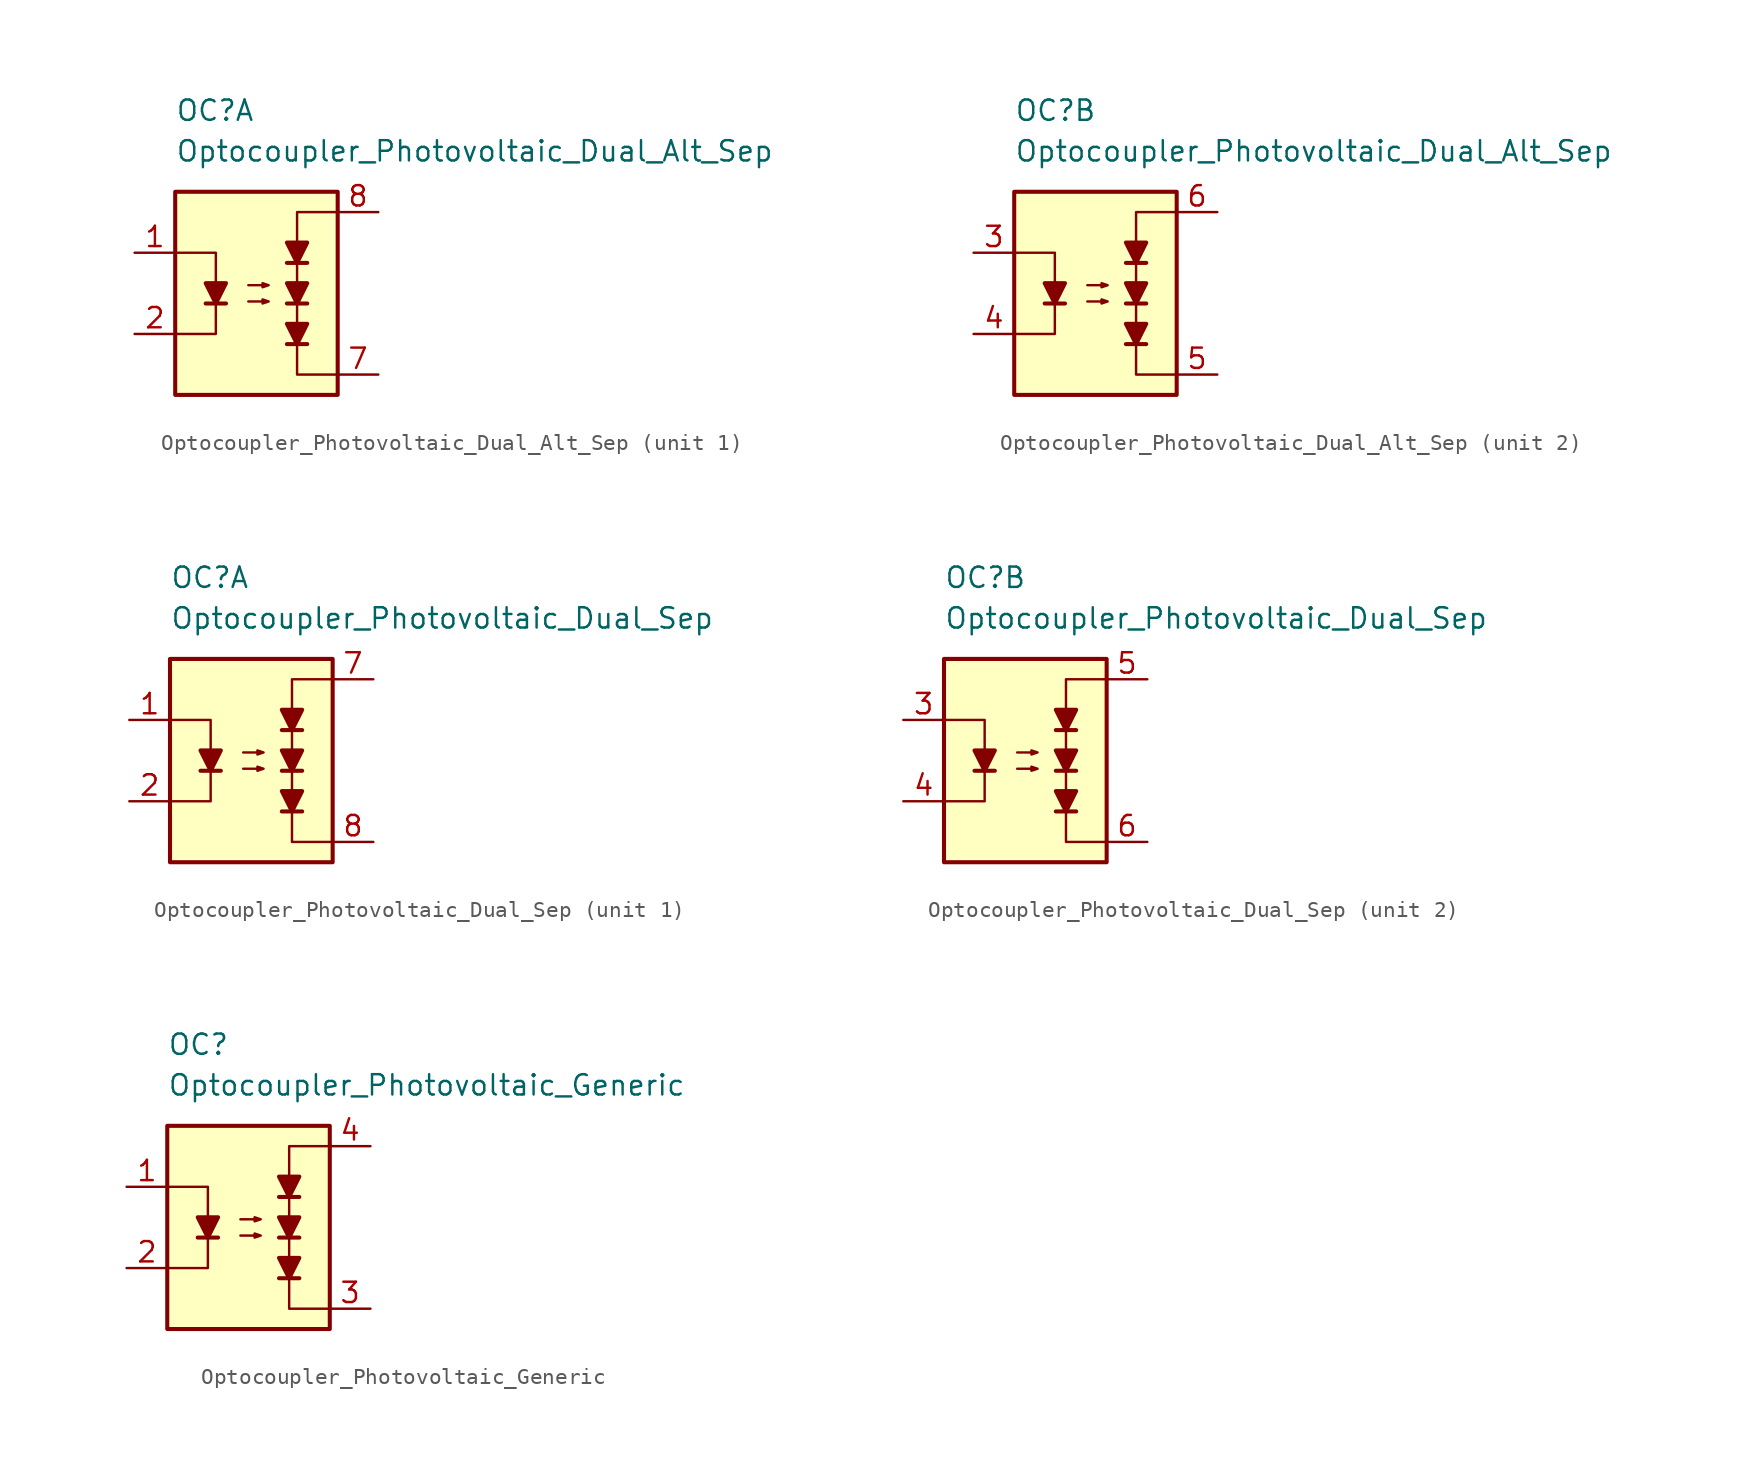
<source format=kicad_sym>
(kicad_symbol_lib
  (version 20231120)
  (generator "kicad_symbol_editor")
  (generator_version "8.0")
  (symbol "Optocoupler_Photovoltaic_Dual_Alt_Sep"
    (pin_names
      (offset 1.016))
    (property "Reference" "OC"
      (at -5.08 11.43 0)
      (effects (font (size 1.27 1.27)) (justify left)))
    (property "Value" "Optocoupler_Photovoltaic_Dual_Alt_Sep"
      (at -5.08 8.89 0)
      (effects (font (size 1.27 1.27)) (justify left)))
    (property "ki_locked" ""
      (at 0 0 0)
      (effects (font (size 1.27 1.27))))
    (symbol "Optocoupler_Photovoltaic_Dual_Alt_Sep_0_0"
      (rectangle (start -5.08 6.35) (end 5.08 -6.35) (stroke (width 0.254) (type default)) (fill (type background)))
      (polyline (pts (xy 5.08 -5.08) (xy 2.54 -5.08) (xy 2.54 5.08) (xy 5.08 5.08)) (stroke (width 0) (type default)) (fill (type none))))
    (symbol "Optocoupler_Photovoltaic_Dual_Alt_Sep_0_1"
      (polyline (pts (xy -3.175 -0.635) (xy -1.905 -0.635)) (stroke (width 0.254) (type default)) (fill (type none)))
      (polyline (pts (xy -5.08 2.54) (xy -2.54 2.54) (xy -2.54 -0.635)) (stroke (width 0) (type default)) (fill (type none)))
      (polyline (pts (xy -2.54 -0.635) (xy -2.54 -2.54) (xy -5.08 -2.54)) (stroke (width 0) (type default)) (fill (type none)))
      (polyline (pts (xy -2.54 -0.635) (xy -3.175 0.635) (xy -1.905 0.635) (xy -2.54 -0.635)) (stroke (width 0.254) (type default)) (fill (type outline)))
      (polyline (pts (xy -0.508 -0.508) (xy 0.762 -0.508) (xy 0.381 -0.635) (xy 0.381 -0.381) (xy 0.762 -0.508)) (stroke (width 0) (type default)) (fill (type none)))
      (polyline (pts (xy -0.508 0.508) (xy 0.762 0.508) (xy 0.381 0.381) (xy 0.381 0.635) (xy 0.762 0.508)) (stroke (width 0) (type default)) (fill (type none))))
    (symbol "Optocoupler_Photovoltaic_Dual_Alt_Sep_1_1"
      (polyline (pts (xy 1.905 -3.175) (xy 3.175 -3.175)) (stroke (width 0.254) (type default)) (fill (type none)))
      (polyline (pts (xy 1.905 -0.635) (xy 3.175 -0.635)) (stroke (width 0.254) (type default)) (fill (type none)))
      (polyline (pts (xy 1.905 1.905) (xy 3.175 1.905)) (stroke (width 0.254) (type default)) (fill (type none)))
      (polyline (pts (xy 2.54 -3.175) (xy 1.905 -1.905) (xy 3.175 -1.905) (xy 2.54 -3.175)) (stroke (width 0.254) (type default)) (fill (type outline)))
      (polyline (pts (xy 2.54 -0.635) (xy 1.905 0.635) (xy 3.175 0.635) (xy 2.54 -0.635)) (stroke (width 0.254) (type default)) (fill (type outline)))
      (polyline (pts (xy 2.54 1.905) (xy 1.905 3.175) (xy 3.175 3.175) (xy 2.54 1.905)) (stroke (width 0.254) (type default)) (fill (type outline)))
      (pin passive line (at -7.62 2.54 0) (length 2.54) (name "~" (effects (font (size 1.27 1.27)))) (number "1" (effects (font (size 1.27 1.27)))))
      (pin passive line (at -7.62 -2.54 0) (length 2.54) (name "~" (effects (font (size 1.27 1.27)))) (number "2" (effects (font (size 1.27 1.27)))))
      (pin passive line (at 7.62 -5.08 180) (length 2.54) (name "~" (effects (font (size 1.27 1.27)))) (number "7" (effects (font (size 1.27 1.27)))))
      (pin passive line (at 7.62 5.08 180) (length 2.54) (name "~" (effects (font (size 1.27 1.27)))) (number "8" (effects (font (size 1.27 1.27))))))
    (symbol "Optocoupler_Photovoltaic_Dual_Alt_Sep_2_1"
      (polyline (pts (xy 1.905 -3.175) (xy 3.175 -3.175)) (stroke (width 0.254) (type default)) (fill (type none)))
      (polyline (pts (xy 1.905 -0.635) (xy 3.175 -0.635)) (stroke (width 0.254) (type default)) (fill (type none)))
      (polyline (pts (xy 1.905 1.905) (xy 3.175 1.905)) (stroke (width 0.254) (type default)) (fill (type none)))
      (polyline (pts (xy 2.54 -3.175) (xy 1.905 -1.905) (xy 3.175 -1.905) (xy 2.54 -3.175)) (stroke (width 0.254) (type default)) (fill (type outline)))
      (polyline (pts (xy 2.54 -0.635) (xy 1.905 0.635) (xy 3.175 0.635) (xy 2.54 -0.635)) (stroke (width 0.254) (type default)) (fill (type outline)))
      (polyline (pts (xy 2.54 1.905) (xy 1.905 3.175) (xy 3.175 3.175) (xy 2.54 1.905)) (stroke (width 0.254) (type default)) (fill (type outline)))
      (pin passive line (at -7.62 2.54 0) (length 2.54) (name "~" (effects (font (size 1.27 1.27)))) (number "3" (effects (font (size 1.27 1.27)))))
      (pin passive line (at -7.62 -2.54 0) (length 2.54) (name "~" (effects (font (size 1.27 1.27)))) (number "4" (effects (font (size 1.27 1.27)))))
      (pin passive line (at 7.62 -5.08 180) (length 2.54) (name "~" (effects (font (size 1.27 1.27)))) (number "5" (effects (font (size 1.27 1.27)))))
      (pin passive line (at 7.62 5.08 180) (length 2.54) (name "~" (effects (font (size 1.27 1.27)))) (number "6" (effects (font (size 1.27 1.27)))))))
  (symbol "Optocoupler_Photovoltaic_Dual_Sep"
    (pin_names
      (offset 1.016))
    (property "Reference" "OC"
      (at -5.08 11.43 0)
      (effects (font (size 1.27 1.27)) (justify left)))
    (property "Value" "Optocoupler_Photovoltaic_Dual_Sep"
      (at -5.08 8.89 0)
      (effects (font (size 1.27 1.27)) (justify left)))
    (property "ki_locked" ""
      (at 0 0 0)
      (effects (font (size 1.27 1.27))))
    (symbol "Optocoupler_Photovoltaic_Dual_Sep_0_0"
      (rectangle (start -5.08 6.35) (end 5.08 -6.35) (stroke (width 0.254) (type default)) (fill (type background)))
      (polyline (pts (xy 5.08 -5.08) (xy 2.54 -5.08) (xy 2.54 5.08) (xy 5.08 5.08)) (stroke (width 0) (type default)) (fill (type none))))
    (symbol "Optocoupler_Photovoltaic_Dual_Sep_0_1"
      (polyline (pts (xy -3.175 -0.635) (xy -1.905 -0.635)) (stroke (width 0.254) (type default)) (fill (type none)))
      (polyline (pts (xy -5.08 2.54) (xy -2.54 2.54) (xy -2.54 -0.635)) (stroke (width 0) (type default)) (fill (type none)))
      (polyline (pts (xy -2.54 -0.635) (xy -2.54 -2.54) (xy -5.08 -2.54)) (stroke (width 0) (type default)) (fill (type none)))
      (polyline (pts (xy -2.54 -0.635) (xy -3.175 0.635) (xy -1.905 0.635) (xy -2.54 -0.635)) (stroke (width 0.254) (type default)) (fill (type outline)))
      (polyline (pts (xy -0.508 -0.508) (xy 0.762 -0.508) (xy 0.381 -0.635) (xy 0.381 -0.381) (xy 0.762 -0.508)) (stroke (width 0) (type default)) (fill (type none)))
      (polyline (pts (xy -0.508 0.508) (xy 0.762 0.508) (xy 0.381 0.381) (xy 0.381 0.635) (xy 0.762 0.508)) (stroke (width 0) (type default)) (fill (type none))))
    (symbol "Optocoupler_Photovoltaic_Dual_Sep_1_1"
      (polyline (pts (xy 1.905 -3.175) (xy 3.175 -3.175)) (stroke (width 0.254) (type default)) (fill (type none)))
      (polyline (pts (xy 1.905 -0.635) (xy 3.175 -0.635)) (stroke (width 0.254) (type default)) (fill (type none)))
      (polyline (pts (xy 1.905 1.905) (xy 3.175 1.905)) (stroke (width 0.254) (type default)) (fill (type none)))
      (polyline (pts (xy 2.54 -3.175) (xy 1.905 -1.905) (xy 3.175 -1.905) (xy 2.54 -3.175)) (stroke (width 0.254) (type default)) (fill (type outline)))
      (polyline (pts (xy 2.54 -0.635) (xy 1.905 0.635) (xy 3.175 0.635) (xy 2.54 -0.635)) (stroke (width 0.254) (type default)) (fill (type outline)))
      (polyline (pts (xy 2.54 1.905) (xy 1.905 3.175) (xy 3.175 3.175) (xy 2.54 1.905)) (stroke (width 0.254) (type default)) (fill (type outline)))
      (pin passive line (at -7.62 2.54 0) (length 2.54) (name "~" (effects (font (size 1.27 1.27)))) (number "1" (effects (font (size 1.27 1.27)))))
      (pin passive line (at -7.62 -2.54 0) (length 2.54) (name "~" (effects (font (size 1.27 1.27)))) (number "2" (effects (font (size 1.27 1.27)))))
      (pin passive line (at 7.62 5.08 180) (length 2.54) (name "~" (effects (font (size 1.27 1.27)))) (number "7" (effects (font (size 1.27 1.27)))))
      (pin passive line (at 7.62 -5.08 180) (length 2.54) (name "~" (effects (font (size 1.27 1.27)))) (number "8" (effects (font (size 1.27 1.27))))))
    (symbol "Optocoupler_Photovoltaic_Dual_Sep_2_1"
      (polyline (pts (xy 1.905 -3.175) (xy 3.175 -3.175)) (stroke (width 0.254) (type default)) (fill (type none)))
      (polyline (pts (xy 1.905 -0.635) (xy 3.175 -0.635)) (stroke (width 0.254) (type default)) (fill (type none)))
      (polyline (pts (xy 1.905 1.905) (xy 3.175 1.905)) (stroke (width 0.254) (type default)) (fill (type none)))
      (polyline (pts (xy 2.54 -3.175) (xy 1.905 -1.905) (xy 3.175 -1.905) (xy 2.54 -3.175)) (stroke (width 0.254) (type default)) (fill (type outline)))
      (polyline (pts (xy 2.54 -0.635) (xy 1.905 0.635) (xy 3.175 0.635) (xy 2.54 -0.635)) (stroke (width 0.254) (type default)) (fill (type outline)))
      (polyline (pts (xy 2.54 1.905) (xy 1.905 3.175) (xy 3.175 3.175) (xy 2.54 1.905)) (stroke (width 0.254) (type default)) (fill (type outline)))
      (pin passive line (at -7.62 2.54 0) (length 2.54) (name "~" (effects (font (size 1.27 1.27)))) (number "3" (effects (font (size 1.27 1.27)))))
      (pin passive line (at -7.62 -2.54 0) (length 2.54) (name "~" (effects (font (size 1.27 1.27)))) (number "4" (effects (font (size 1.27 1.27)))))
      (pin passive line (at 7.62 5.08 180) (length 2.54) (name "~" (effects (font (size 1.27 1.27)))) (number "5" (effects (font (size 1.27 1.27)))))
      (pin passive line (at 7.62 -5.08 180) (length 2.54) (name "~" (effects (font (size 1.27 1.27)))) (number "6" (effects (font (size 1.27 1.27)))))))
  (symbol "Optocoupler_Photovoltaic_Generic"
    (pin_names
      (offset 1.016))
    (property "Reference" "OC"
      (at -5.08 11.43 0)
      (effects (font (size 1.27 1.27)) (justify left)))
    (property "Value" "Optocoupler_Photovoltaic_Generic"
      (at -5.08 8.89 0)
      (effects (font (size 1.27 1.27)) (justify left)))
    (symbol "Optocoupler_Photovoltaic_Generic_0_0"
      (rectangle (start -5.08 6.35) (end 5.08 -6.35) (stroke (width 0.254) (type default)) (fill (type background)))
      (polyline (pts (xy 5.08 -5.08) (xy 2.54 -5.08) (xy 2.54 5.08) (xy 5.08 5.08)) (stroke (width 0) (type default)) (fill (type none))))
    (symbol "Optocoupler_Photovoltaic_Generic_0_1"
      (polyline (pts (xy -3.175 -0.635) (xy -1.905 -0.635)) (stroke (width 0.254) (type default)) (fill (type none)))
      (polyline (pts (xy -5.08 2.54) (xy -2.54 2.54) (xy -2.54 -0.635)) (stroke (width 0) (type default)) (fill (type none)))
      (polyline (pts (xy -2.54 -0.635) (xy -2.54 -2.54) (xy -5.08 -2.54)) (stroke (width 0) (type default)) (fill (type none)))
      (polyline (pts (xy -2.54 -0.635) (xy -3.175 0.635) (xy -1.905 0.635) (xy -2.54 -0.635)) (stroke (width 0.254) (type default)) (fill (type outline)))
      (polyline (pts (xy -0.508 -0.508) (xy 0.762 -0.508) (xy 0.381 -0.635) (xy 0.381 -0.381) (xy 0.762 -0.508)) (stroke (width 0) (type default)) (fill (type none)))
      (polyline (pts (xy -0.508 0.508) (xy 0.762 0.508) (xy 0.381 0.381) (xy 0.381 0.635) (xy 0.762 0.508)) (stroke (width 0) (type default)) (fill (type none))))
    (symbol "Optocoupler_Photovoltaic_Generic_1_1"
      (polyline (pts (xy 1.905 -3.175) (xy 3.175 -3.175)) (stroke (width 0.254) (type default)) (fill (type none)))
      (polyline (pts (xy 1.905 -0.635) (xy 3.175 -0.635)) (stroke (width 0.254) (type default)) (fill (type none)))
      (polyline (pts (xy 1.905 1.905) (xy 3.175 1.905)) (stroke (width 0.254) (type default)) (fill (type none)))
      (polyline (pts (xy 2.54 -3.175) (xy 1.905 -1.905) (xy 3.175 -1.905) (xy 2.54 -3.175)) (stroke (width 0.254) (type default)) (fill (type outline)))
      (polyline (pts (xy 2.54 -0.635) (xy 1.905 0.635) (xy 3.175 0.635) (xy 2.54 -0.635)) (stroke (width 0.254) (type default)) (fill (type outline)))
      (polyline (pts (xy 2.54 1.905) (xy 1.905 3.175) (xy 3.175 3.175) (xy 2.54 1.905)) (stroke (width 0.254) (type default)) (fill (type outline)))
      (pin passive line (at -7.62 2.54 0) (length 2.54) (name "~" (effects (font (size 1.27 1.27)))) (number "1" (effects (font (size 1.27 1.27)))))
      (pin passive line (at -7.62 -2.54 0) (length 2.54) (name "~" (effects (font (size 1.27 1.27)))) (number "2" (effects (font (size 1.27 1.27)))))
      (pin passive line (at 7.62 -5.08 180) (length 2.54) (name "~" (effects (font (size 1.27 1.27)))) (number "3" (effects (font (size 1.27 1.27)))))
      (pin passive line (at 7.62 5.08 180) (length 2.54) (name "~" (effects (font (size 1.27 1.27)))) (number "4" (effects (font (size 1.27 1.27))))))))
</source>
